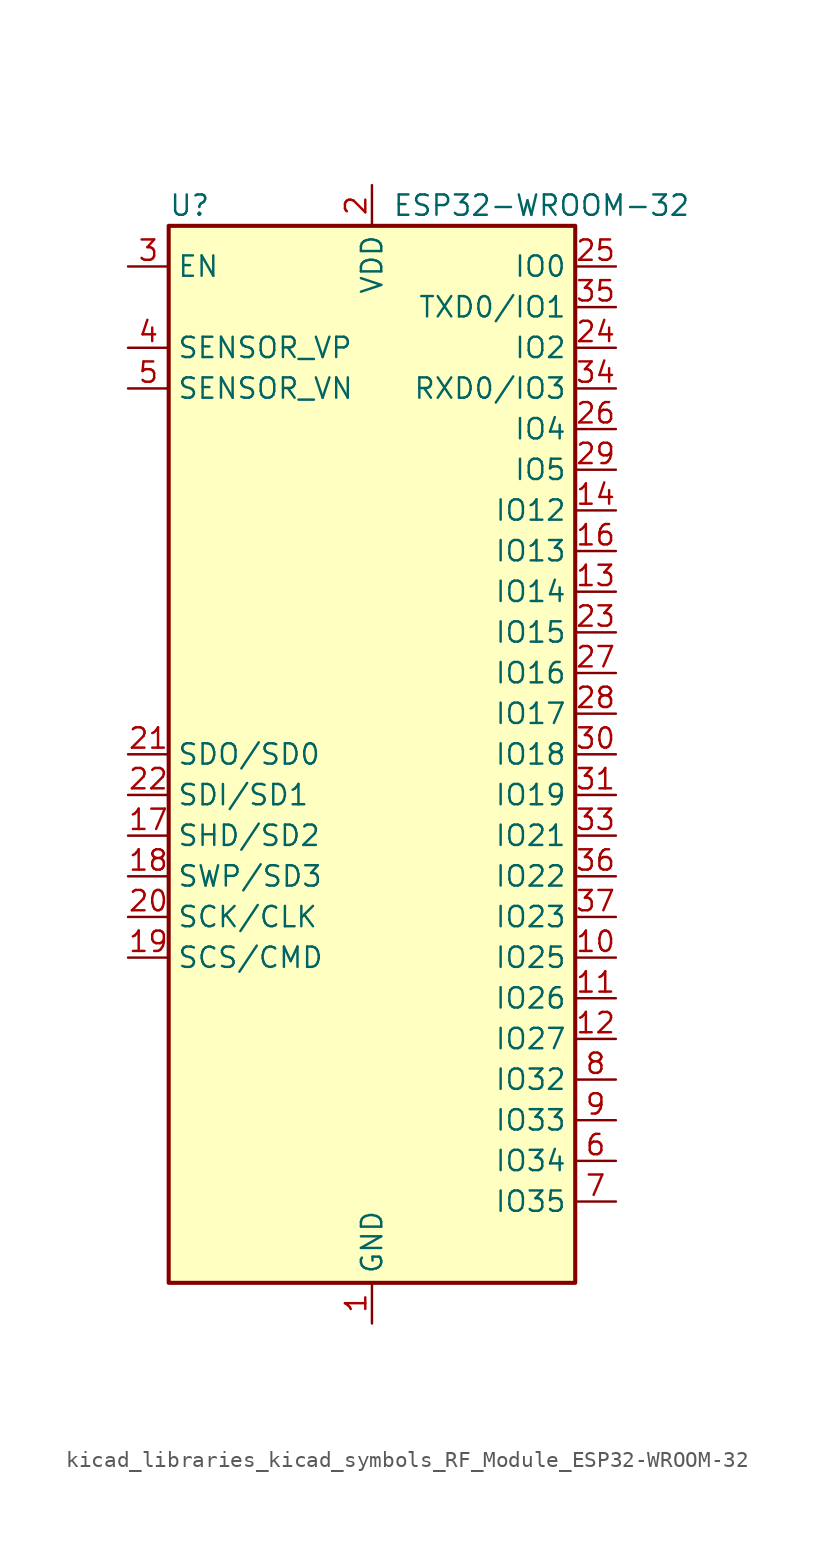
<source format=kicad_sym>
(kicad_symbol_lib
  (version 20220914)
  (generator kicad_symbol_editor)
  (symbol "kicad_libraries_kicad_symbols_RF_Module_ESP32-WROOM-32"
    (property "Reference" "U"
      (at -12.7 34.29 0)
      (effects (font (size 1.27 1.27)) (justify left)))
    (property "Value" "ESP32-WROOM-32"
      (at 1.27 34.29 0)
      (effects (font (size 1.27 1.27)) (justify left)))
    (symbol "kicad_libraries_kicad_symbols_RF_Module_ESP32-WROOM-32_0_1"
      (rectangle (start -12.7 33.02) (end 12.7 -33.02) (stroke (width 0.254) (type default)) (fill (type background))))
    (symbol "kicad_libraries_kicad_symbols_RF_Module_ESP32-WROOM-32_1_1"
      (pin power_in line (at 0 -35.56 90) (length 2.54) (name "GND" (effects (font (size 1.27 1.27)))) (number "1" (effects (font (size 1.27 1.27)))))
      (pin bidirectional line (at 15.24 -12.7 180) (length 2.54) (name "IO25" (effects (font (size 1.27 1.27)))) (number "10" (effects (font (size 1.27 1.27)))))
      (pin bidirectional line (at 15.24 -15.24 180) (length 2.54) (name "IO26" (effects (font (size 1.27 1.27)))) (number "11" (effects (font (size 1.27 1.27)))))
      (pin bidirectional line (at 15.24 -17.78 180) (length 2.54) (name "IO27" (effects (font (size 1.27 1.27)))) (number "12" (effects (font (size 1.27 1.27)))))
      (pin bidirectional line (at 15.24 10.16 180) (length 2.54) (name "IO14" (effects (font (size 1.27 1.27)))) (number "13" (effects (font (size 1.27 1.27)))))
      (pin bidirectional line (at 15.24 15.24 180) (length 2.54) (name "IO12" (effects (font (size 1.27 1.27)))) (number "14" (effects (font (size 1.27 1.27)))))
      (pin passive line (at 0 -35.56 90) (length 2.54) hide (name "GND" (effects (font (size 1.27 1.27)))) (number "15" (effects (font (size 1.27 1.27)))))
      (pin bidirectional line (at 15.24 12.7 180) (length 2.54) (name "IO13" (effects (font (size 1.27 1.27)))) (number "16" (effects (font (size 1.27 1.27)))))
      (pin bidirectional line (at -15.24 -5.08 0) (length 2.54) (name "SHD/SD2" (effects (font (size 1.27 1.27)))) (number "17" (effects (font (size 1.27 1.27)))))
      (pin bidirectional line (at -15.24 -7.62 0) (length 2.54) (name "SWP/SD3" (effects (font (size 1.27 1.27)))) (number "18" (effects (font (size 1.27 1.27)))))
      (pin bidirectional line (at -15.24 -12.7 0) (length 2.54) (name "SCS/CMD" (effects (font (size 1.27 1.27)))) (number "19" (effects (font (size 1.27 1.27)))))
      (pin power_in line (at 0 35.56 270) (length 2.54) (name "VDD" (effects (font (size 1.27 1.27)))) (number "2" (effects (font (size 1.27 1.27)))))
      (pin bidirectional line (at -15.24 -10.16 0) (length 2.54) (name "SCK/CLK" (effects (font (size 1.27 1.27)))) (number "20" (effects (font (size 1.27 1.27)))))
      (pin bidirectional line (at -15.24 0 0) (length 2.54) (name "SDO/SD0" (effects (font (size 1.27 1.27)))) (number "21" (effects (font (size 1.27 1.27)))))
      (pin bidirectional line (at -15.24 -2.54 0) (length 2.54) (name "SDI/SD1" (effects (font (size 1.27 1.27)))) (number "22" (effects (font (size 1.27 1.27)))))
      (pin bidirectional line (at 15.24 7.62 180) (length 2.54) (name "IO15" (effects (font (size 1.27 1.27)))) (number "23" (effects (font (size 1.27 1.27)))))
      (pin bidirectional line (at 15.24 25.4 180) (length 2.54) (name "IO2" (effects (font (size 1.27 1.27)))) (number "24" (effects (font (size 1.27 1.27)))))
      (pin bidirectional line (at 15.24 30.48 180) (length 2.54) (name "IO0" (effects (font (size 1.27 1.27)))) (number "25" (effects (font (size 1.27 1.27)))))
      (pin bidirectional line (at 15.24 20.32 180) (length 2.54) (name "IO4" (effects (font (size 1.27 1.27)))) (number "26" (effects (font (size 1.27 1.27)))))
      (pin bidirectional line (at 15.24 5.08 180) (length 2.54) (name "IO16" (effects (font (size 1.27 1.27)))) (number "27" (effects (font (size 1.27 1.27)))))
      (pin bidirectional line (at 15.24 2.54 180) (length 2.54) (name "IO17" (effects (font (size 1.27 1.27)))) (number "28" (effects (font (size 1.27 1.27)))))
      (pin bidirectional line (at 15.24 17.78 180) (length 2.54) (name "IO5" (effects (font (size 1.27 1.27)))) (number "29" (effects (font (size 1.27 1.27)))))
      (pin input line (at -15.24 30.48 0) (length 2.54) (name "EN" (effects (font (size 1.27 1.27)))) (number "3" (effects (font (size 1.27 1.27)))))
      (pin bidirectional line (at 15.24 0 180) (length 2.54) (name "IO18" (effects (font (size 1.27 1.27)))) (number "30" (effects (font (size 1.27 1.27)))))
      (pin bidirectional line (at 15.24 -2.54 180) (length 2.54) (name "IO19" (effects (font (size 1.27 1.27)))) (number "31" (effects (font (size 1.27 1.27)))))
      (pin no_connect line (at -12.7 -27.94 0) (length 2.54) hide (name "NC" (effects (font (size 1.27 1.27)))) (number "32" (effects (font (size 1.27 1.27)))))
      (pin bidirectional line (at 15.24 -5.08 180) (length 2.54) (name "IO21" (effects (font (size 1.27 1.27)))) (number "33" (effects (font (size 1.27 1.27)))))
      (pin bidirectional line (at 15.24 22.86 180) (length 2.54) (name "RXD0/IO3" (effects (font (size 1.27 1.27)))) (number "34" (effects (font (size 1.27 1.27)))))
      (pin bidirectional line (at 15.24 27.94 180) (length 2.54) (name "TXD0/IO1" (effects (font (size 1.27 1.27)))) (number "35" (effects (font (size 1.27 1.27)))))
      (pin bidirectional line (at 15.24 -7.62 180) (length 2.54) (name "IO22" (effects (font (size 1.27 1.27)))) (number "36" (effects (font (size 1.27 1.27)))))
      (pin bidirectional line (at 15.24 -10.16 180) (length 2.54) (name "IO23" (effects (font (size 1.27 1.27)))) (number "37" (effects (font (size 1.27 1.27)))))
      (pin passive line (at 0 -35.56 90) (length 2.54) hide (name "GND" (effects (font (size 1.27 1.27)))) (number "38" (effects (font (size 1.27 1.27)))))
      (pin passive line (at 0 -35.56 90) (length 2.54) hide (name "GND" (effects (font (size 1.27 1.27)))) (number "39" (effects (font (size 1.27 1.27)))))
      (pin input line (at -15.24 25.4 0) (length 2.54) (name "SENSOR_VP" (effects (font (size 1.27 1.27)))) (number "4" (effects (font (size 1.27 1.27)))))
      (pin input line (at -15.24 22.86 0) (length 2.54) (name "SENSOR_VN" (effects (font (size 1.27 1.27)))) (number "5" (effects (font (size 1.27 1.27)))))
      (pin input line (at 15.24 -25.4 180) (length 2.54) (name "IO34" (effects (font (size 1.27 1.27)))) (number "6" (effects (font (size 1.27 1.27)))))
      (pin input line (at 15.24 -27.94 180) (length 2.54) (name "IO35" (effects (font (size 1.27 1.27)))) (number "7" (effects (font (size 1.27 1.27)))))
      (pin bidirectional line (at 15.24 -20.32 180) (length 2.54) (name "IO32" (effects (font (size 1.27 1.27)))) (number "8" (effects (font (size 1.27 1.27)))))
      (pin bidirectional line (at 15.24 -22.86 180) (length 2.54) (name "IO33" (effects (font (size 1.27 1.27)))) (number "9" (effects (font (size 1.27 1.27))))))))
</source>
